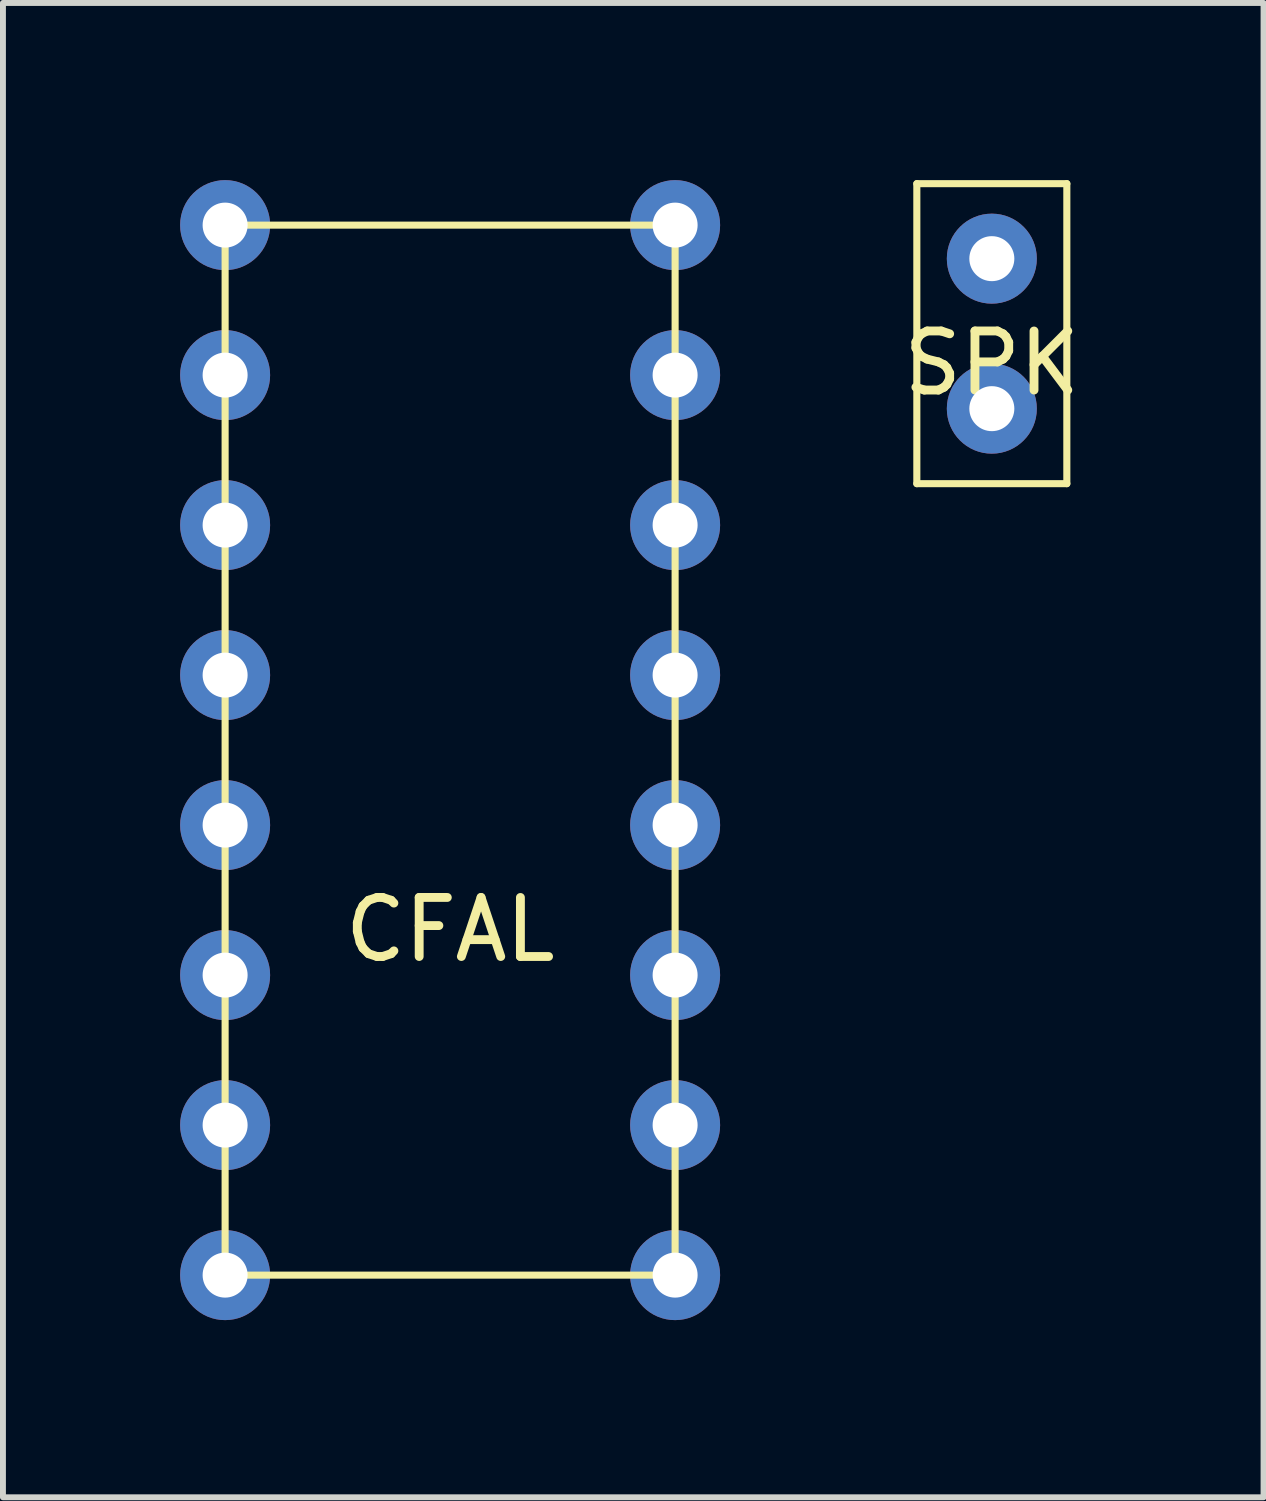
<source format=kicad_pcb>
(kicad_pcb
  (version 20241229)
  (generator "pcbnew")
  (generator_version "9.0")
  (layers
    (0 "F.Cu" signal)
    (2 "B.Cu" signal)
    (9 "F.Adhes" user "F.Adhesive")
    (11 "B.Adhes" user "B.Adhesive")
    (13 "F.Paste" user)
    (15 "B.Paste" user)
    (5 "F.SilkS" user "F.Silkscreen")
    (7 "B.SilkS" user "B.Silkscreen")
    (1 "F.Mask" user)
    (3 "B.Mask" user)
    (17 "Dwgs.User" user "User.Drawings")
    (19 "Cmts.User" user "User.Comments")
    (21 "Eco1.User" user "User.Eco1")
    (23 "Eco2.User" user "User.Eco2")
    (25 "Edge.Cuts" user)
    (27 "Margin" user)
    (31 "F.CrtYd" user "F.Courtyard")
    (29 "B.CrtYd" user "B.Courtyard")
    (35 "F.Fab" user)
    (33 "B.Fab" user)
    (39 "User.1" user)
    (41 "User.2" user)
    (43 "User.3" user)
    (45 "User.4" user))
  (footprint "CFAL"
    (layer "F.Cu")
    (at 4.572 12.192)
    (property "Reference" "CFAL" (at 0 0.5 0) (layer "F.SilkS") (effects (font (size 1 1) (thickness 0.15))))
    (attr through_hole)
    (fp_line (start -3.81 -11.43) (end 3.81 -11.43) (stroke (width 0.12) (type solid)) (layer "F.SilkS"))
    (fp_line (start -3.81 6.35) (end -3.81 -11.43) (stroke (width 0.12) (type solid)) (layer "F.SilkS"))
    (fp_line (start 3.81 -11.43) (end 3.81 6.35) (stroke (width 0.12) (type solid)) (layer "F.SilkS"))
    (fp_line (start 3.81 6.35) (end -3.81 6.35) (stroke (width 0.12) (type solid)) (layer "F.SilkS"))
    (pad "1" thru_hole circle (at 3.81 6.35) (size 1.524 1.524) (drill 0.762) (layers "*.Cu" "*.Mask"))
    (pad "2" thru_hole circle (at 3.81 3.81) (size 1.524 1.524) (drill 0.762) (layers "*.Cu" "*.Mask"))
    (pad "3" thru_hole circle (at 3.81 1.27) (size 1.524 1.524) (drill 0.762) (layers "*.Cu" "*.Mask"))
    (pad "4" thru_hole circle (at 3.81 -1.27) (size 1.524 1.524) (drill 0.762) (layers "*.Cu" "*.Mask"))
    (pad "5" thru_hole circle (at 3.81 -3.81) (size 1.524 1.524) (drill 0.762) (layers "*.Cu" "*.Mask"))
    (pad "6" thru_hole circle (at 3.81 -6.35) (size 1.524 1.524) (drill 0.762) (layers "*.Cu" "*.Mask"))
    (pad "7" thru_hole circle (at 3.81 -8.89) (size 1.524 1.524) (drill 0.762) (layers "*.Cu" "*.Mask"))
    (pad "8" thru_hole circle (at 3.81 -11.43) (size 1.524 1.524) (drill 0.762) (layers "*.Cu" "*.Mask"))
    (pad "9" thru_hole circle (at -3.81 -11.43) (size 1.524 1.524) (drill 0.762) (layers "*.Cu" "*.Mask"))
    (pad "10" thru_hole circle (at -3.81 -8.89) (size 1.524 1.524) (drill 0.762) (layers "*.Cu" "*.Mask"))
    (pad "11" thru_hole circle (at -3.81 -6.35) (size 1.524 1.524) (drill 0.762) (layers "*.Cu" "*.Mask"))
    (pad "12" thru_hole circle (at -3.81 -3.81) (size 1.524 1.524) (drill 0.762) (layers "*.Cu" "*.Mask"))
    (pad "13" thru_hole circle (at -3.81 -1.27) (size 1.524 1.524) (drill 0.762) (layers "*.Cu" "*.Mask"))
    (pad "14" thru_hole circle (at -3.81 1.27) (size 1.524 1.524) (drill 0.762) (layers "*.Cu" "*.Mask"))
    (pad "15" thru_hole circle (at -3.81 3.81) (size 1.524 1.524) (drill 0.762) (layers "*.Cu" "*.Mask"))
    (pad "16" thru_hole circle (at -3.81 6.35) (size 1.524 1.524) (drill 0.762) (layers "*.Cu" "*.Mask")))
  (footprint "SPK"
    (layer "F.Cu")
    (at 13.745 2.6)
    (property "Reference" "SPK" (at 0 0.5 0) (layer "F.SilkS") (effects (font (size 1 1) (thickness 0.15))))
    (attr through_hole)
    (fp_line (start -1.27 -2.54) (end 1.27 -2.54) (stroke (width 0.12) (type solid)) (layer "F.SilkS"))
    (fp_line (start -1.27 2.54) (end -1.27 -2.54) (stroke (width 0.12) (type solid)) (layer "F.SilkS"))
    (fp_line (start 1.27 -2.54) (end 1.27 2.54) (stroke (width 0.12) (type solid)) (layer "F.SilkS"))
    (fp_line (start 1.27 2.54) (end -1.27 2.54) (stroke (width 0.12) (type solid)) (layer "F.SilkS"))
    (pad "1" thru_hole circle (at 0 -1.27) (size 1.524 1.524) (drill 0.762) (layers "*.Cu" "*.Mask"))
    (pad "2" thru_hole circle (at 0 1.27) (size 1.524 1.524) (drill 0.762) (layers "*.Cu" "*.Mask")))
  (gr_rect
    (start -3 -3)
    (end 18.346 22.304)
    (stroke (width 0.1) (type default))
    (fill no)
    (layer "Edge.Cuts")))
</source>
